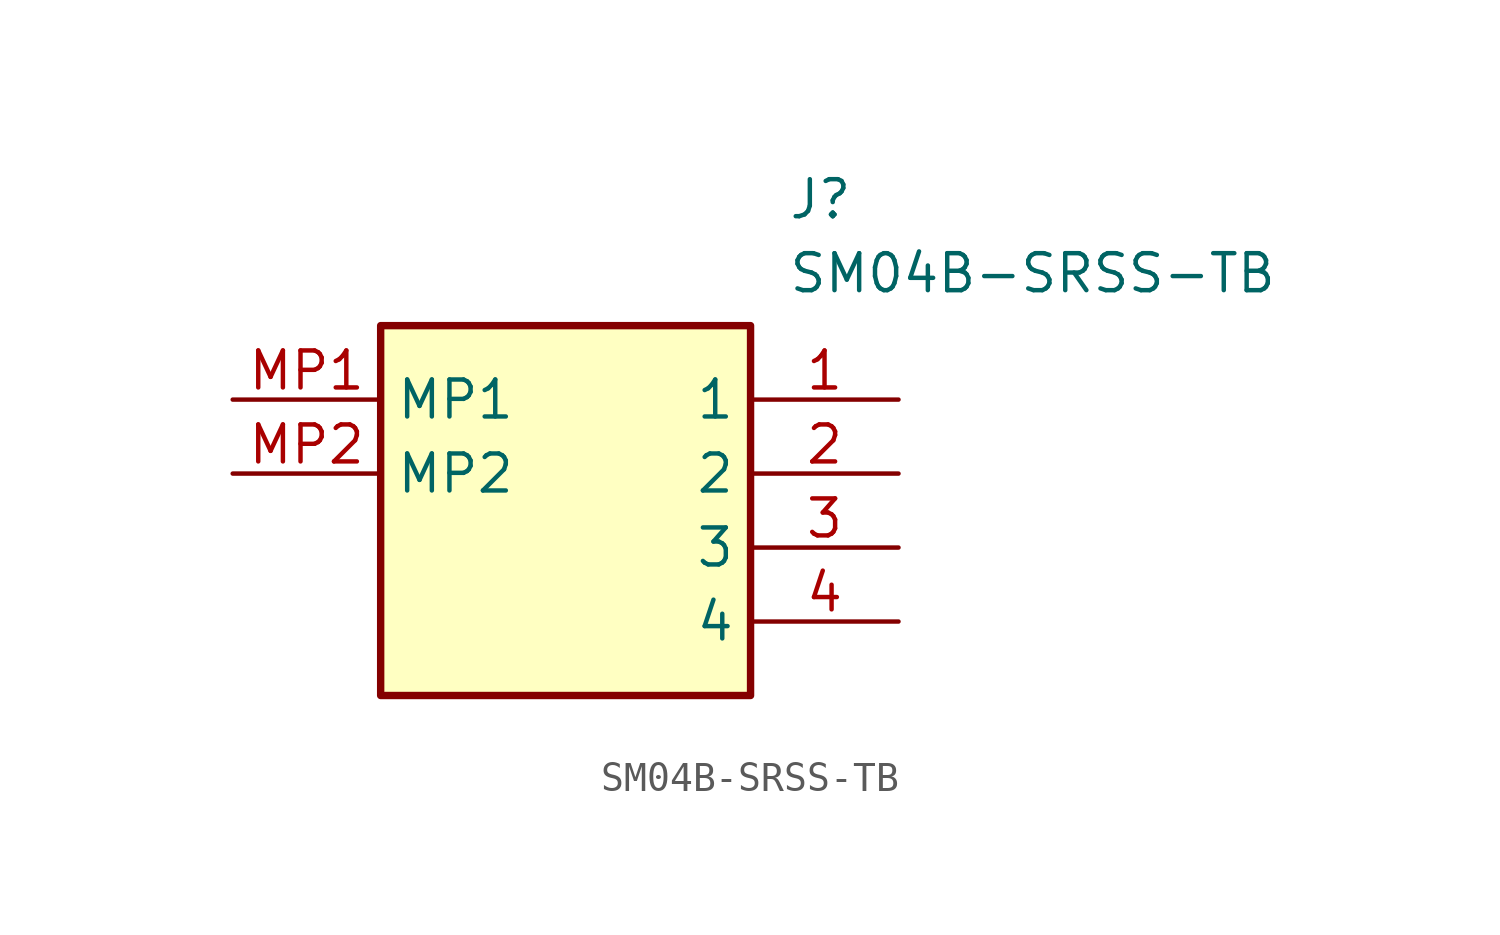
<source format=kicad_sym>
(kicad_symbol_lib
  (version 20211014)
  (generator SamacSys_ECAD_Model)
  (symbol "SM04B-SRSS-TB"
    (property "Reference" "J"
      (at 19.05 7.62 0)
      (effects (font (size 1.27 1.27)) (justify left top)))
    (property "Value" "SM04B-SRSS-TB"
      (at 19.05 5.08 0)
      (effects (font (size 1.27 1.27)) (justify left top)))
    (rectangle
      (start 5.08 2.54)
      (end 17.78 -10.16)
      (stroke (width 0.254) (type default))
      (fill (type background)))
    (pin passive line
      (at 22.86 0 180)
      (length 5.08)
      (name "1" (effects (font (size 1.27 1.27))))
      (number "1" (effects (font (size 1.27 1.27)))))
    (pin passive line
      (at 22.86 -2.54 180)
      (length 5.08)
      (name "2" (effects (font (size 1.27 1.27))))
      (number "2" (effects (font (size 1.27 1.27)))))
    (pin passive line
      (at 22.86 -5.08 180)
      (length 5.08)
      (name "3" (effects (font (size 1.27 1.27))))
      (number "3" (effects (font (size 1.27 1.27)))))
    (pin passive line
      (at 22.86 -7.62 180)
      (length 5.08)
      (name "4" (effects (font (size 1.27 1.27))))
      (number "4" (effects (font (size 1.27 1.27)))))
    (pin passive line
      (at 0 0 0)
      (length 5.08)
      (name "MP1" (effects (font (size 1.27 1.27))))
      (number "MP1" (effects (font (size 1.27 1.27)))))
    (pin passive line
      (at 0 -2.54 0)
      (length 5.08)
      (name "MP2" (effects (font (size 1.27 1.27))))
      (number "MP2" (effects (font (size 1.27 1.27)))))))
</source>
